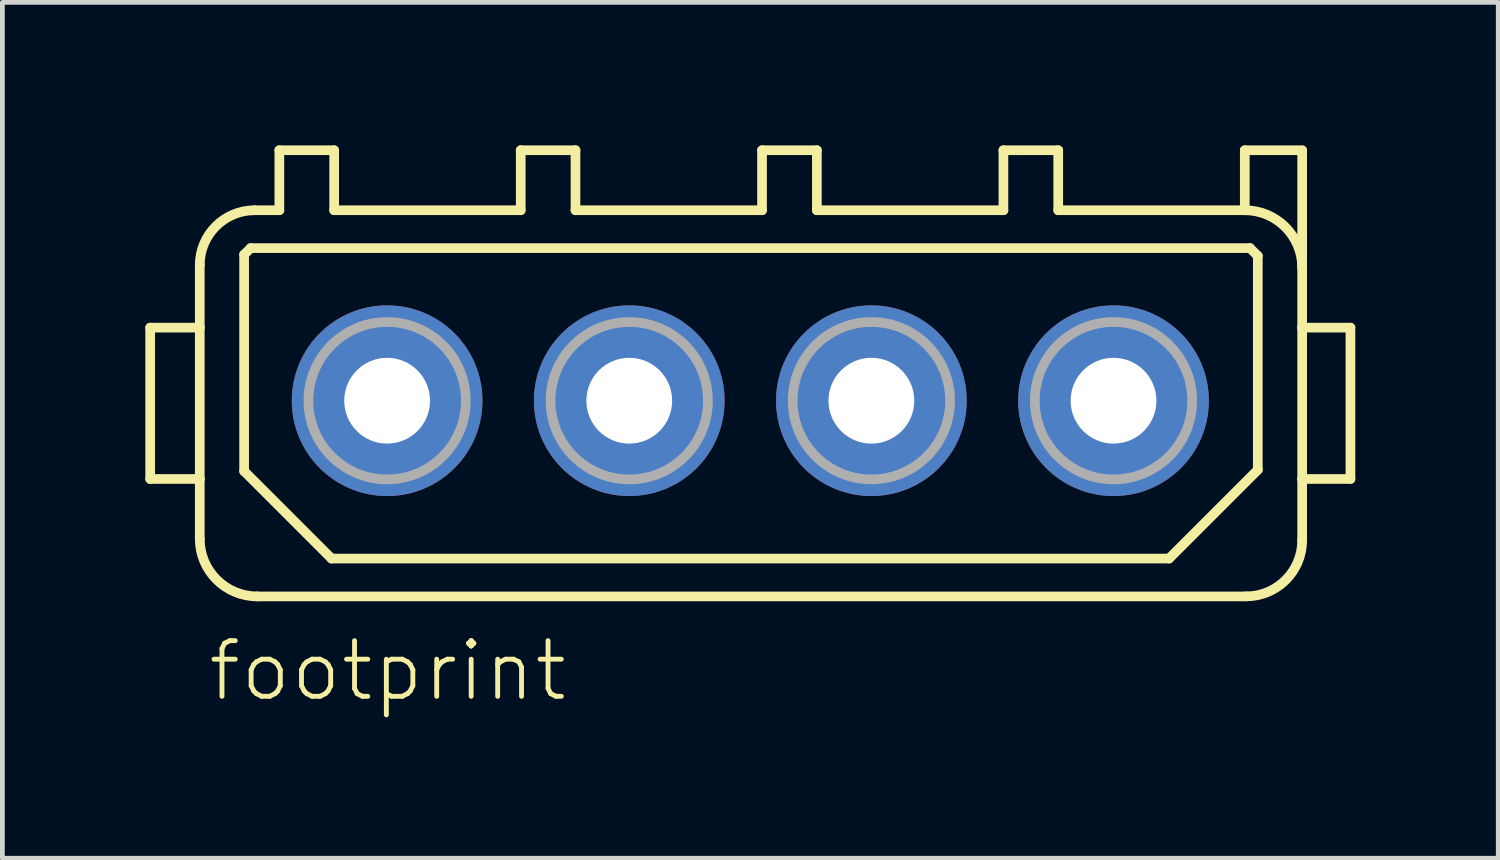
<source format=kicad_pcb>
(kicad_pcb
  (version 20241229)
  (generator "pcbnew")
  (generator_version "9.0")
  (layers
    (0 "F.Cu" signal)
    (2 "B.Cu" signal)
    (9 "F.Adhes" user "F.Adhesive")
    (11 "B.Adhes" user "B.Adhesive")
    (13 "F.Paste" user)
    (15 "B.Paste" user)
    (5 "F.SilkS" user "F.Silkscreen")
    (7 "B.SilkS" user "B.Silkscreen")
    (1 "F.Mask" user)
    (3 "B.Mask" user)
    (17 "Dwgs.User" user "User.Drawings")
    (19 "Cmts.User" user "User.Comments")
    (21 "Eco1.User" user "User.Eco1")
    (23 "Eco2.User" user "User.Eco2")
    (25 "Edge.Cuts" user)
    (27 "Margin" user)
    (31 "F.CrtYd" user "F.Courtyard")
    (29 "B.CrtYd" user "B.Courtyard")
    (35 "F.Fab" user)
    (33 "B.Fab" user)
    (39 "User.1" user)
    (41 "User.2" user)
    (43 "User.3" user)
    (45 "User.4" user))
  (footprint "footprint"
    (layer "F.Cu")
    (at 12.692 5.357)
    (property "Reference" "footprint" (at -11.43 6.35 0) (layer "F.SilkS") (effects (font (size 1.168 1.168) (thickness 0.102)) (justify left bottom)))
    (fp_line (start -12.591 -1.533) (end -11.551 -1.533) (stroke (width 0.203) (type solid)) (layer "F.SilkS"))
    (fp_line (start -12.591 1.642) (end -12.591 -1.533) (stroke (width 0.203) (type solid)) (layer "F.SilkS"))
    (fp_line (start -11.551 -2.847) (end -11.551 -1.533) (stroke (width 0.203) (type solid)) (layer "F.SilkS"))
    (fp_line (start -11.551 -1.533) (end -11.551 1.642) (stroke (width 0.203) (type solid)) (layer "F.SilkS"))
    (fp_line (start -11.551 1.642) (end -12.591 1.642) (stroke (width 0.203) (type solid)) (layer "F.SilkS"))
    (fp_line (start -11.551 1.642) (end -11.551 2.901) (stroke (width 0.203) (type solid)) (layer "F.SilkS"))
    (fp_line (start -10.62 -3.066) (end -10.483 -3.202) (stroke (width 0.203) (type solid)) (layer "F.SilkS"))
    (fp_line (start -10.62 1.478) (end -10.62 -3.066) (stroke (width 0.203) (type solid)) (layer "F.SilkS"))
    (fp_line (start -10.483 -3.202) (end 10.483 -3.202) (stroke (width 0.203) (type solid)) (layer "F.SilkS"))
    (fp_line (start -10.346 4.106) (end 10.401 4.106) (stroke (width 0.203) (type solid)) (layer "F.SilkS"))
    (fp_line (start -9.881 -5.255) (end -9.881 -3.996) (stroke (width 0.203) (type solid)) (layer "F.SilkS"))
    (fp_line (start -9.881 -3.996) (end -10.401 -3.996) (stroke (width 0.203) (type solid)) (layer "F.SilkS"))
    (fp_line (start -8.786 3.312) (end -10.62 1.478) (stroke (width 0.203) (type solid)) (layer "F.SilkS"))
    (fp_line (start -8.731 -5.255) (end -9.881 -5.255) (stroke (width 0.203) (type solid)) (layer "F.SilkS"))
    (fp_line (start -8.731 -3.996) (end -8.731 -5.255) (stroke (width 0.203) (type solid)) (layer "F.SilkS"))
    (fp_line (start -4.817 -5.255) (end -4.817 -3.996) (stroke (width 0.203) (type solid)) (layer "F.SilkS"))
    (fp_line (start -4.817 -3.996) (end -8.731 -3.996) (stroke (width 0.203) (type solid)) (layer "F.SilkS"))
    (fp_line (start -3.668 -5.255) (end -4.817 -5.255) (stroke (width 0.203) (type solid)) (layer "F.SilkS"))
    (fp_line (start -3.668 -3.996) (end -3.668 -5.255) (stroke (width 0.203) (type solid)) (layer "F.SilkS"))
    (fp_line (start 0.246 -5.255) (end 0.246 -3.996) (stroke (width 0.203) (type solid)) (layer "F.SilkS"))
    (fp_line (start 0.246 -3.996) (end -3.668 -3.996) (stroke (width 0.203) (type solid)) (layer "F.SilkS"))
    (fp_line (start 1.396 -5.255) (end 0.246 -5.255) (stroke (width 0.203) (type solid)) (layer "F.SilkS"))
    (fp_line (start 1.396 -3.996) (end 1.396 -5.255) (stroke (width 0.203) (type solid)) (layer "F.SilkS"))
    (fp_line (start 5.31 -5.255) (end 5.31 -3.996) (stroke (width 0.203) (type solid)) (layer "F.SilkS"))
    (fp_line (start 5.31 -3.996) (end 1.396 -3.996) (stroke (width 0.203) (type solid)) (layer "F.SilkS"))
    (fp_line (start 6.46 -5.255) (end 5.31 -5.255) (stroke (width 0.203) (type solid)) (layer "F.SilkS"))
    (fp_line (start 6.46 -3.996) (end 6.46 -5.255) (stroke (width 0.203) (type solid)) (layer "F.SilkS"))
    (fp_line (start 8.786 3.312) (end -8.786 3.312) (stroke (width 0.203) (type solid)) (layer "F.SilkS"))
    (fp_line (start 10.374 -5.255) (end 10.374 -3.996) (stroke (width 0.203) (type solid)) (layer "F.SilkS"))
    (fp_line (start 10.374 -3.996) (end 6.46 -3.996) (stroke (width 0.203) (type solid)) (layer "F.SilkS"))
    (fp_line (start 10.483 -3.202) (end 10.647 -3.038) (stroke (width 0.203) (type solid)) (layer "F.SilkS"))
    (fp_line (start 10.647 -3.038) (end 10.647 1.451) (stroke (width 0.203) (type solid)) (layer "F.SilkS"))
    (fp_line (start 10.647 1.451) (end 8.786 3.312) (stroke (width 0.203) (type solid)) (layer "F.SilkS"))
    (fp_line (start 11.578 -5.255) (end 10.374 -5.255) (stroke (width 0.203) (type solid)) (layer "F.SilkS"))
    (fp_line (start 11.578 -2.841) (end 11.578 -5.25) (stroke (width 0.203) (type solid)) (layer "F.SilkS"))
    (fp_line (start 11.578 -1.533) (end 11.578 -2.792) (stroke (width 0.203) (type solid)) (layer "F.SilkS"))
    (fp_line (start 11.578 1.642) (end 11.578 -1.533) (stroke (width 0.203) (type solid)) (layer "F.SilkS"))
    (fp_line (start 11.578 1.642) (end 12.591 1.642) (stroke (width 0.203) (type solid)) (layer "F.SilkS"))
    (fp_line (start 11.578 2.929) (end 11.578 1.642) (stroke (width 0.203) (type solid)) (layer "F.SilkS"))
    (fp_line (start 12.591 -1.533) (end 11.578 -1.533) (stroke (width 0.203) (type solid)) (layer "F.SilkS"))
    (fp_line (start 12.591 1.642) (end 12.591 -1.533) (stroke (width 0.203) (type solid)) (layer "F.SilkS"))
    (fp_arc (start -11.5506 -2.8466) (mid -11.21389 -3.65949) (end -10.401 -3.9962) (stroke (width 0.2032) (type solid)) (layer "F.SilkS"))
    (fp_arc (start -10.3463 4.1056) (mid -11.197869 3.752869) (end -11.5506 2.9013) (stroke (width 0.2032) (type solid)) (layer "F.SilkS"))
    (fp_arc (start 10.3736 -3.9962) (mid 11.225139 -3.643439) (end 11.5779 -2.7919) (stroke (width 0.2032) (type solid)) (layer "F.SilkS"))
    (fp_arc (start 11.5779 2.928698) (mid 11.233165 3.760864) (end 10.401 4.1056) (stroke (width 0.2032) (type solid)) (layer "F.SilkS"))
    (fp_circle (center -7.62 0) (end -5.969 0) (stroke (width 0.203) (type solid)) (fill no) (layer "F.Fab"))
    (fp_circle (center -2.54 0) (end -0.889 0) (stroke (width 0.203) (type solid)) (fill no) (layer "F.Fab"))
    (fp_circle (center 2.54 0) (end 4.191 0) (stroke (width 0.203) (type solid)) (fill no) (layer "F.Fab"))
    (fp_circle (center 7.62 0) (end 9.271 0) (stroke (width 0.203) (type solid)) (fill no) (layer "F.Fab"))
    (pad "1" thru_hole circle (at -7.62 0 180) (size 4 4) (drill 1.8) (layers "*.Cu" "*.Mask"))
    (pad "2" thru_hole circle (at -2.54 0 180) (size 4 4) (drill 1.8) (layers "*.Cu" "*.Mask"))
    (pad "3" thru_hole circle (at 2.54 0 180) (size 4 4) (drill 1.8) (layers "*.Cu" "*.Mask"))
    (pad "4" thru_hole circle (at 7.62 0 180) (size 4 4) (drill 1.8) (layers "*.Cu" "*.Mask")))
  (gr_rect
    (start -3 -3)
    (end 28.384 14.957)
    (stroke (width 0.1) (type default))
    (fill no)
    (layer "Edge.Cuts")))
</source>
